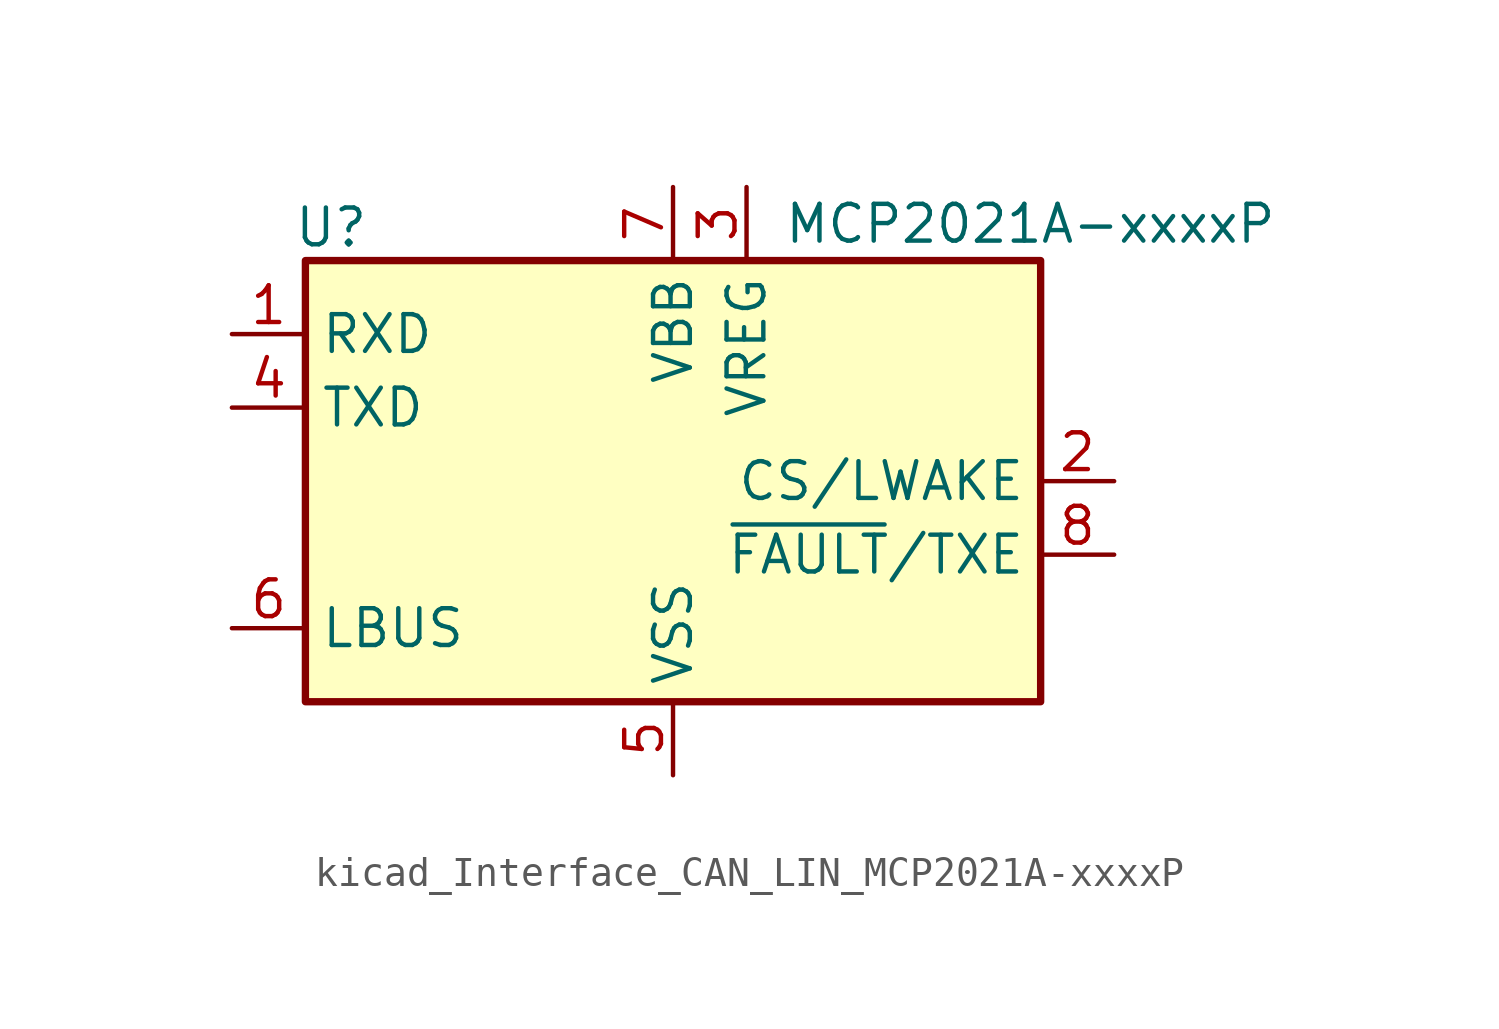
<source format=kicad_sym>
(kicad_symbol_lib
  (version 20220914)
  (generator kicad_symbol_editor)
  (symbol "kicad_Interface_CAN_LIN_MCP2021A-xxxxP"
    (property "Reference" "U"
      (at -11.811 8.763 0)
      (effects (font (size 1.27 1.27))))
    (property "Value" "MCP2021A-xxxxP"
      (at 3.81 8.89 0)
      (effects (font (size 1.27 1.27)) (justify left)))
    (symbol "kicad_Interface_CAN_LIN_MCP2021A-xxxxP_0_1"
      (rectangle (start -12.7 7.62) (end 12.7 -7.62) (stroke (width 0.254) (type default)) (fill (type background))))
    (symbol "kicad_Interface_CAN_LIN_MCP2021A-xxxxP_1_1"
      (pin output line (at -15.24 5.08 0) (length 2.54) (name "RXD" (effects (font (size 1.27 1.27)))) (number "1" (effects (font (size 1.27 1.27)))))
      (pin input line (at 15.24 0 180) (length 2.54) (name "CS/LWAKE" (effects (font (size 1.27 1.27)))) (number "2" (effects (font (size 1.27 1.27)))))
      (pin power_out line (at 2.54 10.16 270) (length 2.54) (name "VREG" (effects (font (size 1.27 1.27)))) (number "3" (effects (font (size 1.27 1.27)))))
      (pin input line (at -15.24 2.54 0) (length 2.54) (name "TXD" (effects (font (size 1.27 1.27)))) (number "4" (effects (font (size 1.27 1.27)))))
      (pin power_in line (at 0 -10.16 90) (length 2.54) (name "VSS" (effects (font (size 1.27 1.27)))) (number "5" (effects (font (size 1.27 1.27)))))
      (pin open_collector line (at -15.24 -5.08 0) (length 2.54) (name "LBUS" (effects (font (size 1.27 1.27)))) (number "6" (effects (font (size 1.27 1.27)))))
      (pin power_in line (at 0 10.16 270) (length 2.54) (name "VBB" (effects (font (size 1.27 1.27)))) (number "7" (effects (font (size 1.27 1.27)))))
      (pin open_collector line (at 15.24 -2.54 180) (length 2.54) (name "~{FAULT}/TXE" (effects (font (size 1.27 1.27)))) (number "8" (effects (font (size 1.27 1.27))))))))
</source>
